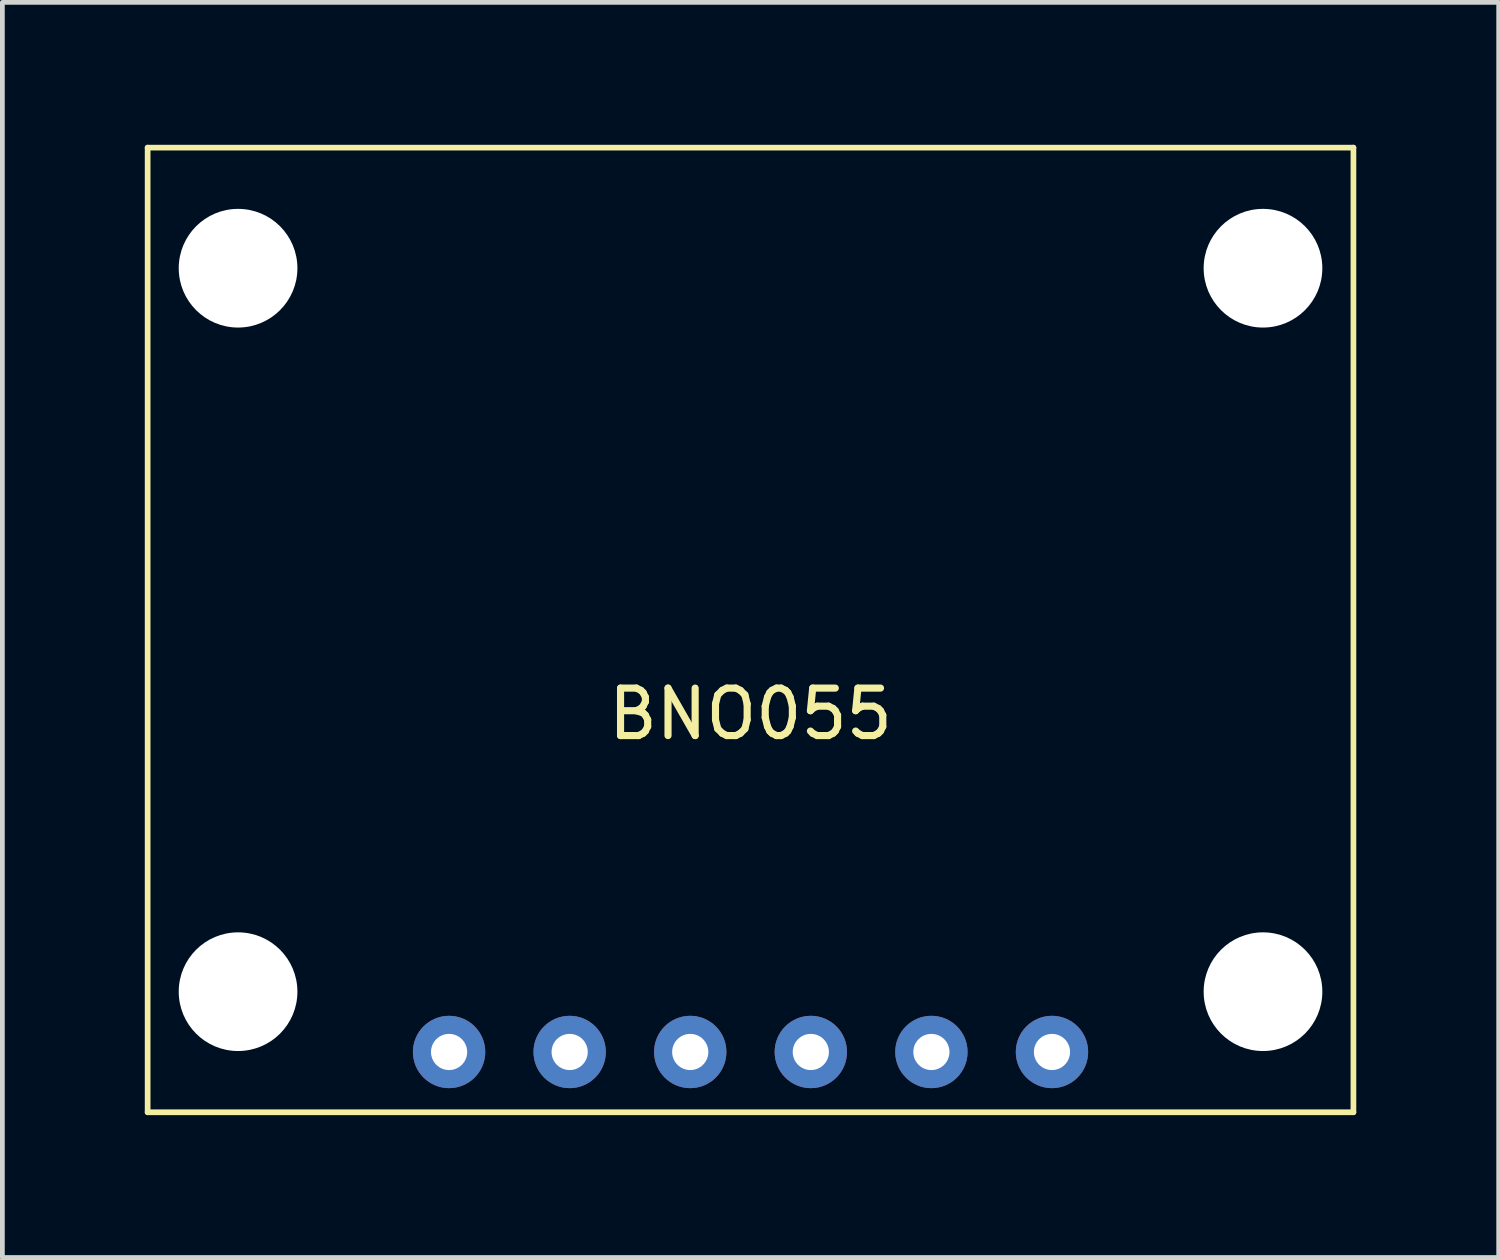
<source format=kicad_pcb>
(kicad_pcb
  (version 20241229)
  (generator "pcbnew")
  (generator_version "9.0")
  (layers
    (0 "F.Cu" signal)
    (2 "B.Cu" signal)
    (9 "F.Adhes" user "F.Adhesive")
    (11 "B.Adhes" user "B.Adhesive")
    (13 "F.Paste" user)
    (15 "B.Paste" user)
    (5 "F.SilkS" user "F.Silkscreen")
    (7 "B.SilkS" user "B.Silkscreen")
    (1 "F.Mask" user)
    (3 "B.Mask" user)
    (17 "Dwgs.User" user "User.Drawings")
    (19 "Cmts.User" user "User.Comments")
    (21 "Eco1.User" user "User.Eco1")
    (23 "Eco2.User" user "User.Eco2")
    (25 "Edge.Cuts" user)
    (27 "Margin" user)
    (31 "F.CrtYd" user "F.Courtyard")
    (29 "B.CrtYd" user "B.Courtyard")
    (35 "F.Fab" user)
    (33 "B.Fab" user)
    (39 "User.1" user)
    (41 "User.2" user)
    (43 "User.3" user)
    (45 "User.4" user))
  (footprint "BNO055"
    (layer "F.Cu")
    (at 12.76 10.22)
    (property "Reference" "BNO055" (at 0 1.77 0) (layer "F.SilkS") (effects (font (size 1 1) (thickness 0.15))))
    (attr through_hole)
    (fp_line (start -12.7 -10.16) (end 12.7 -10.16) (stroke (width 0.12) (type solid)) (layer "F.SilkS"))
    (fp_line (start -12.7 10.16) (end -12.7 -10.16) (stroke (width 0.12) (type solid)) (layer "F.SilkS"))
    (fp_line (start 12.7 -10.16) (end 12.7 10.16) (stroke (width 0.12) (type solid)) (layer "F.SilkS"))
    (fp_line (start 12.7 10.16) (end -12.7 10.16) (stroke (width 0.12) (type solid)) (layer "F.SilkS"))
    (pad "" np_thru_hole circle (at -10.795 -7.62) (size 2.5 2.5) (drill 2.5) (layers "*.Cu" "*.Mask"))
    (pad "" np_thru_hole circle (at -10.795 7.62) (size 2.5 2.5) (drill 2.5) (layers "*.Cu" "*.Mask" "Eco2.User"))
    (pad "" np_thru_hole circle (at 10.795 -7.62) (size 2.5 2.5) (drill 2.5) (layers "*.Cu" "*.Mask"))
    (pad "" np_thru_hole circle (at 10.795 7.62) (size 2.5 2.5) (drill 2.5) (layers "*.Cu" "*.Mask"))
    (pad "1" thru_hole circle (at -6.35 8.89) (size 1.524 1.524) (drill 0.762) (layers "*.Cu" "*.Mask"))
    (pad "2" thru_hole circle (at -3.81 8.89) (size 1.524 1.524) (drill 0.762) (layers "*.Cu" "*.Mask"))
    (pad "3" thru_hole circle (at -1.27 8.89) (size 1.524 1.524) (drill 0.762) (layers "*.Cu" "*.Mask"))
    (pad "4" thru_hole circle (at 1.27 8.89) (size 1.524 1.524) (drill 0.762) (layers "*.Cu" "*.Mask"))
    (pad "5" thru_hole circle (at 3.81 8.89) (size 1.524 1.524) (drill 0.762) (layers "*.Cu" "*.Mask"))
    (pad "6" thru_hole circle (at 6.35 8.89) (size 1.524 1.524) (drill 0.762) (layers "*.Cu" "*.Mask")))
  (gr_rect
    (start -3 -3)
    (end 28.52 23.44)
    (stroke (width 0.1) (type default))
    (fill no)
    (layer "Edge.Cuts")))
</source>
